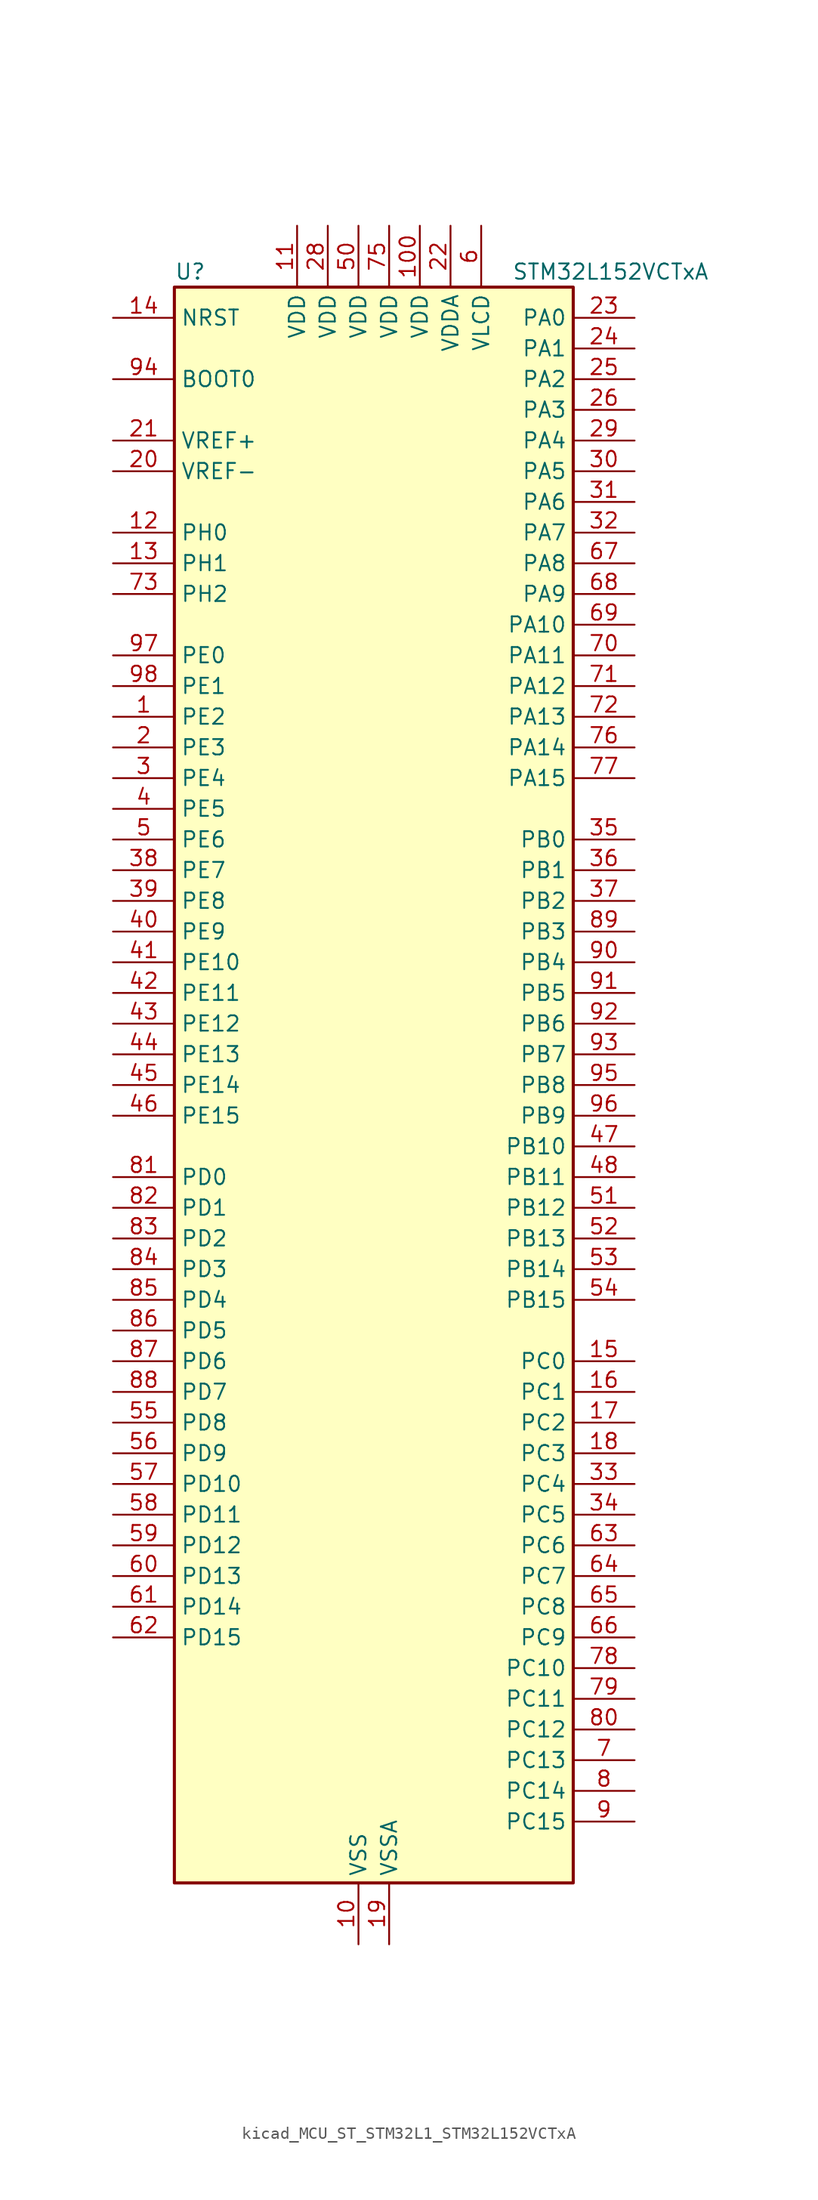
<source format=kicad_sym>
(kicad_symbol_lib
  (version 20220914)
  (generator kicad_symbol_editor)
  (symbol "kicad_MCU_ST_STM32L1_STM32L152VCTxA"
    (property "Reference" "U"
      (at -15.24 67.31 0)
      (effects (font (size 1.27 1.27)) (justify left)))
    (property "Value" "STM32L152VCTxA"
      (at 12.7 67.31 0)
      (effects (font (size 1.27 1.27)) (justify left)))
    (property "ki_locked" ""
      (at 0 0 0)
      (effects (font (size 1.27 1.27))))
    (symbol "kicad_MCU_ST_STM32L1_STM32L152VCTxA_0_1"
      (rectangle (start -15.24 -66.04) (end 17.78 66.04) (stroke (width 0.254) (type default)) (fill (type background))))
    (symbol "kicad_MCU_ST_STM32L1_STM32L152VCTxA_1_1"
      (pin bidirectional line (at -20.32 30.48 0) (length 5.08) (name "PE2" (effects (font (size 1.27 1.27)))) (number "1" (effects (font (size 1.27 1.27)))) (alternate "LCD_SEG38" bidirectional line) (alternate "SYS_TRACECK" bidirectional line) (alternate "TIM3_ETR" bidirectional line) (alternate "TIMX_IC3" bidirectional line))
      (pin power_in line (at 0 -71.12 90) (length 5.08) (name "VSS" (effects (font (size 1.27 1.27)))) (number "10" (effects (font (size 1.27 1.27)))))
      (pin power_in line (at 5.08 71.12 270) (length 5.08) (name "VDD" (effects (font (size 1.27 1.27)))) (number "100" (effects (font (size 1.27 1.27)))))
      (pin power_in line (at -5.08 71.12 270) (length 5.08) (name "VDD" (effects (font (size 1.27 1.27)))) (number "11" (effects (font (size 1.27 1.27)))))
      (pin bidirectional line (at -20.32 45.72 0) (length 5.08) (name "PH0" (effects (font (size 1.27 1.27)))) (number "12" (effects (font (size 1.27 1.27)))) (alternate "RCC_OSC_IN" bidirectional line))
      (pin bidirectional line (at -20.32 43.18 0) (length 5.08) (name "PH1" (effects (font (size 1.27 1.27)))) (number "13" (effects (font (size 1.27 1.27)))) (alternate "RCC_OSC_OUT" bidirectional line))
      (pin input line (at -20.32 63.5 0) (length 5.08) (name "NRST" (effects (font (size 1.27 1.27)))) (number "14" (effects (font (size 1.27 1.27)))))
      (pin bidirectional line (at 22.86 -22.86 180) (length 5.08) (name "PC0" (effects (font (size 1.27 1.27)))) (number "15" (effects (font (size 1.27 1.27)))) (alternate "ADC_IN10" bidirectional line) (alternate "COMP1_INP" bidirectional line) (alternate "LCD_SEG18" bidirectional line) (alternate "TIMX_IC1" bidirectional line) (alternate "TS_G8_IO1" bidirectional line))
      (pin bidirectional line (at 22.86 -25.4 180) (length 5.08) (name "PC1" (effects (font (size 1.27 1.27)))) (number "16" (effects (font (size 1.27 1.27)))) (alternate "ADC_IN11" bidirectional line) (alternate "COMP1_INP" bidirectional line) (alternate "LCD_SEG19" bidirectional line) (alternate "TIMX_IC2" bidirectional line) (alternate "TS_G8_IO2" bidirectional line))
      (pin bidirectional line (at 22.86 -27.94 180) (length 5.08) (name "PC2" (effects (font (size 1.27 1.27)))) (number "17" (effects (font (size 1.27 1.27)))) (alternate "ADC_IN12" bidirectional line) (alternate "COMP1_INP" bidirectional line) (alternate "LCD_SEG20" bidirectional line) (alternate "TIMX_IC3" bidirectional line) (alternate "TS_G8_IO3" bidirectional line))
      (pin bidirectional line (at 22.86 -30.48 180) (length 5.08) (name "PC3" (effects (font (size 1.27 1.27)))) (number "18" (effects (font (size 1.27 1.27)))) (alternate "ADC_IN13" bidirectional line) (alternate "COMP1_INP" bidirectional line) (alternate "LCD_SEG21" bidirectional line) (alternate "TIMX_IC4" bidirectional line) (alternate "TS_G8_IO4" bidirectional line))
      (pin power_in line (at 2.54 -71.12 90) (length 5.08) (name "VSSA" (effects (font (size 1.27 1.27)))) (number "19" (effects (font (size 1.27 1.27)))))
      (pin bidirectional line (at -20.32 27.94 0) (length 5.08) (name "PE3" (effects (font (size 1.27 1.27)))) (number "2" (effects (font (size 1.27 1.27)))) (alternate "LCD_SEG39" bidirectional line) (alternate "SYS_TRACED0" bidirectional line) (alternate "TIM3_CH1" bidirectional line) (alternate "TIMX_IC4" bidirectional line))
      (pin input line (at -20.32 50.8 0) (length 5.08) (name "VREF-" (effects (font (size 1.27 1.27)))) (number "20" (effects (font (size 1.27 1.27)))))
      (pin input line (at -20.32 53.34 0) (length 5.08) (name "VREF+" (effects (font (size 1.27 1.27)))) (number "21" (effects (font (size 1.27 1.27)))))
      (pin power_in line (at 7.62 71.12 270) (length 5.08) (name "VDDA" (effects (font (size 1.27 1.27)))) (number "22" (effects (font (size 1.27 1.27)))))
      (pin bidirectional line (at 22.86 63.5 180) (length 5.08) (name "PA0" (effects (font (size 1.27 1.27)))) (number "23" (effects (font (size 1.27 1.27)))) (alternate "ADC_IN0" bidirectional line) (alternate "COMP1_INP" bidirectional line) (alternate "RTC_TAMP2" bidirectional line) (alternate "SYS_WKUP1" bidirectional line) (alternate "TIM2_CH1" bidirectional line) (alternate "TIM2_ETR" bidirectional line) (alternate "TIM5_CH1" bidirectional line) (alternate "TIMX_IC1" bidirectional line) (alternate "TS_G1_IO1" bidirectional line) (alternate "USART2_CTS" bidirectional line))
      (pin bidirectional line (at 22.86 60.96 180) (length 5.08) (name "PA1" (effects (font (size 1.27 1.27)))) (number "24" (effects (font (size 1.27 1.27)))) (alternate "ADC_IN1" bidirectional line) (alternate "COMP1_INP" bidirectional line) (alternate "LCD_SEG0" bidirectional line) (alternate "OPAMP1_VINP" bidirectional line) (alternate "TIM2_CH2" bidirectional line) (alternate "TIM5_CH2" bidirectional line) (alternate "TIMX_IC2" bidirectional line) (alternate "TS_G1_IO2" bidirectional line) (alternate "USART2_RTS" bidirectional line))
      (pin bidirectional line (at 22.86 58.42 180) (length 5.08) (name "PA2" (effects (font (size 1.27 1.27)))) (number "25" (effects (font (size 1.27 1.27)))) (alternate "ADC_IN2" bidirectional line) (alternate "COMP1_INP" bidirectional line) (alternate "LCD_SEG1" bidirectional line) (alternate "OPAMP1_VINM" bidirectional line) (alternate "TIM2_CH3" bidirectional line) (alternate "TIM5_CH3" bidirectional line) (alternate "TIM9_CH1" bidirectional line) (alternate "TIMX_IC3" bidirectional line) (alternate "TS_G1_IO3" bidirectional line) (alternate "USART2_TX" bidirectional line))
      (pin bidirectional line (at 22.86 55.88 180) (length 5.08) (name "PA3" (effects (font (size 1.27 1.27)))) (number "26" (effects (font (size 1.27 1.27)))) (alternate "ADC_IN3" bidirectional line) (alternate "COMP1_INP" bidirectional line) (alternate "LCD_SEG2" bidirectional line) (alternate "OPAMP1_VOUT" bidirectional line) (alternate "TIM2_CH4" bidirectional line) (alternate "TIM5_CH4" bidirectional line) (alternate "TIM9_CH2" bidirectional line) (alternate "TIMX_IC4" bidirectional line) (alternate "TS_G1_IO4" bidirectional line) (alternate "USART2_RX" bidirectional line))
      (pin passive line (at 0 -71.12 90) (length 5.08) hide (name "VSS" (effects (font (size 1.27 1.27)))) (number "27" (effects (font (size 1.27 1.27)))))
      (pin power_in line (at -2.54 71.12 270) (length 5.08) (name "VDD" (effects (font (size 1.27 1.27)))) (number "28" (effects (font (size 1.27 1.27)))))
      (pin bidirectional line (at 22.86 53.34 180) (length 5.08) (name "PA4" (effects (font (size 1.27 1.27)))) (number "29" (effects (font (size 1.27 1.27)))) (alternate "ADC_IN4" bidirectional line) (alternate "COMP1_INP" bidirectional line) (alternate "DAC_OUT1" bidirectional line) (alternate "I2S3_WS" bidirectional line) (alternate "SPI1_NSS" bidirectional line) (alternate "SPI3_NSS" bidirectional line) (alternate "TIMX_IC1" bidirectional line) (alternate "USART2_CK" bidirectional line))
      (pin bidirectional line (at -20.32 25.4 0) (length 5.08) (name "PE4" (effects (font (size 1.27 1.27)))) (number "3" (effects (font (size 1.27 1.27)))) (alternate "SYS_TRACED1" bidirectional line) (alternate "TIM3_CH2" bidirectional line) (alternate "TIMX_IC1" bidirectional line))
      (pin bidirectional line (at 22.86 50.8 180) (length 5.08) (name "PA5" (effects (font (size 1.27 1.27)))) (number "30" (effects (font (size 1.27 1.27)))) (alternate "ADC_IN5" bidirectional line) (alternate "COMP1_INP" bidirectional line) (alternate "DAC_OUT2" bidirectional line) (alternate "SPI1_SCK" bidirectional line) (alternate "TIM2_CH1" bidirectional line) (alternate "TIM2_ETR" bidirectional line) (alternate "TIMX_IC2" bidirectional line))
      (pin bidirectional line (at 22.86 48.26 180) (length 5.08) (name "PA6" (effects (font (size 1.27 1.27)))) (number "31" (effects (font (size 1.27 1.27)))) (alternate "ADC_IN6" bidirectional line) (alternate "COMP1_INP" bidirectional line) (alternate "LCD_SEG3" bidirectional line) (alternate "OPAMP2_VINP" bidirectional line) (alternate "SPI1_MISO" bidirectional line) (alternate "TIM10_CH1" bidirectional line) (alternate "TIM3_CH1" bidirectional line) (alternate "TIMX_IC3" bidirectional line) (alternate "TS_G2_IO1" bidirectional line))
      (pin bidirectional line (at 22.86 45.72 180) (length 5.08) (name "PA7" (effects (font (size 1.27 1.27)))) (number "32" (effects (font (size 1.27 1.27)))) (alternate "ADC_IN7" bidirectional line) (alternate "COMP1_INP" bidirectional line) (alternate "LCD_SEG4" bidirectional line) (alternate "OPAMP2_VINM" bidirectional line) (alternate "SPI1_MOSI" bidirectional line) (alternate "TIM11_CH1" bidirectional line) (alternate "TIM3_CH2" bidirectional line) (alternate "TIMX_IC4" bidirectional line) (alternate "TS_G2_IO2" bidirectional line))
      (pin bidirectional line (at 22.86 -33.02 180) (length 5.08) (name "PC4" (effects (font (size 1.27 1.27)))) (number "33" (effects (font (size 1.27 1.27)))) (alternate "ADC_IN14" bidirectional line) (alternate "COMP1_INP" bidirectional line) (alternate "LCD_SEG22" bidirectional line) (alternate "TIMX_IC1" bidirectional line) (alternate "TS_G9_IO1" bidirectional line))
      (pin bidirectional line (at 22.86 -35.56 180) (length 5.08) (name "PC5" (effects (font (size 1.27 1.27)))) (number "34" (effects (font (size 1.27 1.27)))) (alternate "ADC_IN15" bidirectional line) (alternate "COMP1_INP" bidirectional line) (alternate "LCD_SEG23" bidirectional line) (alternate "TIMX_IC2" bidirectional line) (alternate "TS_G9_IO2" bidirectional line))
      (pin bidirectional line (at 22.86 20.32 180) (length 5.08) (name "PB0" (effects (font (size 1.27 1.27)))) (number "35" (effects (font (size 1.27 1.27)))) (alternate "ADC_IN8" bidirectional line) (alternate "COMP1_INP" bidirectional line) (alternate "LCD_SEG5" bidirectional line) (alternate "OPAMP2_VOUT" bidirectional line) (alternate "SYS_V_REF_OUT" bidirectional line) (alternate "TIM3_CH3" bidirectional line) (alternate "TS_G3_IO1" bidirectional line))
      (pin bidirectional line (at 22.86 17.78 180) (length 5.08) (name "PB1" (effects (font (size 1.27 1.27)))) (number "36" (effects (font (size 1.27 1.27)))) (alternate "ADC_IN9" bidirectional line) (alternate "COMP1_INP" bidirectional line) (alternate "LCD_SEG6" bidirectional line) (alternate "SYS_V_REF_OUT" bidirectional line) (alternate "TIM3_CH4" bidirectional line) (alternate "TS_G3_IO2" bidirectional line))
      (pin bidirectional line (at 22.86 15.24 180) (length 5.08) (name "PB2" (effects (font (size 1.27 1.27)))) (number "37" (effects (font (size 1.27 1.27)))) (alternate "TS_G3_IO3" bidirectional line))
      (pin bidirectional line (at -20.32 17.78 0) (length 5.08) (name "PE7" (effects (font (size 1.27 1.27)))) (number "38" (effects (font (size 1.27 1.27)))) (alternate "ADC_IN22" bidirectional line) (alternate "COMP1_INP" bidirectional line) (alternate "TIMX_IC4" bidirectional line))
      (pin bidirectional line (at -20.32 15.24 0) (length 5.08) (name "PE8" (effects (font (size 1.27 1.27)))) (number "39" (effects (font (size 1.27 1.27)))) (alternate "ADC_IN23" bidirectional line) (alternate "COMP1_INP" bidirectional line) (alternate "TIMX_IC1" bidirectional line))
      (pin bidirectional line (at -20.32 22.86 0) (length 5.08) (name "PE5" (effects (font (size 1.27 1.27)))) (number "4" (effects (font (size 1.27 1.27)))) (alternate "SYS_TRACED2" bidirectional line) (alternate "TIM9_CH1" bidirectional line) (alternate "TIMX_IC2" bidirectional line))
      (pin bidirectional line (at -20.32 12.7 0) (length 5.08) (name "PE9" (effects (font (size 1.27 1.27)))) (number "40" (effects (font (size 1.27 1.27)))) (alternate "ADC_IN24" bidirectional line) (alternate "COMP1_INP" bidirectional line) (alternate "DAC_EXTI9" bidirectional line) (alternate "TIM2_CH1" bidirectional line) (alternate "TIM2_ETR" bidirectional line) (alternate "TIMX_IC2" bidirectional line))
      (pin bidirectional line (at -20.32 10.16 0) (length 5.08) (name "PE10" (effects (font (size 1.27 1.27)))) (number "41" (effects (font (size 1.27 1.27)))) (alternate "ADC_IN25" bidirectional line) (alternate "COMP1_INP" bidirectional line) (alternate "TIM2_CH2" bidirectional line) (alternate "TIMX_IC3" bidirectional line))
      (pin bidirectional line (at -20.32 7.62 0) (length 5.08) (name "PE11" (effects (font (size 1.27 1.27)))) (number "42" (effects (font (size 1.27 1.27)))) (alternate "ADC_EXTI11" bidirectional line) (alternate "TIM2_CH3" bidirectional line) (alternate "TIMX_IC4" bidirectional line))
      (pin bidirectional line (at -20.32 5.08 0) (length 5.08) (name "PE12" (effects (font (size 1.27 1.27)))) (number "43" (effects (font (size 1.27 1.27)))) (alternate "SPI1_NSS" bidirectional line) (alternate "TIM2_CH4" bidirectional line) (alternate "TIMX_IC1" bidirectional line))
      (pin bidirectional line (at -20.32 2.54 0) (length 5.08) (name "PE13" (effects (font (size 1.27 1.27)))) (number "44" (effects (font (size 1.27 1.27)))) (alternate "SPI1_SCK" bidirectional line) (alternate "TIMX_IC2" bidirectional line))
      (pin bidirectional line (at -20.32 0 0) (length 5.08) (name "PE14" (effects (font (size 1.27 1.27)))) (number "45" (effects (font (size 1.27 1.27)))) (alternate "SPI1_MISO" bidirectional line) (alternate "TIMX_IC3" bidirectional line))
      (pin bidirectional line (at -20.32 -2.54 0) (length 5.08) (name "PE15" (effects (font (size 1.27 1.27)))) (number "46" (effects (font (size 1.27 1.27)))) (alternate "ADC_EXTI15" bidirectional line) (alternate "SPI1_MOSI" bidirectional line) (alternate "TIMX_IC4" bidirectional line))
      (pin bidirectional line (at 22.86 -5.08 180) (length 5.08) (name "PB10" (effects (font (size 1.27 1.27)))) (number "47" (effects (font (size 1.27 1.27)))) (alternate "I2C2_SCL" bidirectional line) (alternate "LCD_SEG10" bidirectional line) (alternate "TIM2_CH3" bidirectional line) (alternate "USART3_TX" bidirectional line))
      (pin bidirectional line (at 22.86 -7.62 180) (length 5.08) (name "PB11" (effects (font (size 1.27 1.27)))) (number "48" (effects (font (size 1.27 1.27)))) (alternate "ADC_EXTI11" bidirectional line) (alternate "I2C2_SDA" bidirectional line) (alternate "LCD_SEG11" bidirectional line) (alternate "TIM2_CH4" bidirectional line) (alternate "USART3_RX" bidirectional line))
      (pin passive line (at 0 -71.12 90) (length 5.08) hide (name "VSS" (effects (font (size 1.27 1.27)))) (number "49" (effects (font (size 1.27 1.27)))))
      (pin bidirectional line (at -20.32 20.32 0) (length 5.08) (name "PE6" (effects (font (size 1.27 1.27)))) (number "5" (effects (font (size 1.27 1.27)))) (alternate "RTC_TAMP3" bidirectional line) (alternate "SYS_TRACED3" bidirectional line) (alternate "SYS_WKUP3" bidirectional line) (alternate "TIM9_CH2" bidirectional line) (alternate "TIMX_IC3" bidirectional line))
      (pin power_in line (at 0 71.12 270) (length 5.08) (name "VDD" (effects (font (size 1.27 1.27)))) (number "50" (effects (font (size 1.27 1.27)))))
      (pin bidirectional line (at 22.86 -10.16 180) (length 5.08) (name "PB12" (effects (font (size 1.27 1.27)))) (number "51" (effects (font (size 1.27 1.27)))) (alternate "ADC_IN18" bidirectional line) (alternate "COMP1_INP" bidirectional line) (alternate "I2C2_SMBA" bidirectional line) (alternate "I2S2_WS" bidirectional line) (alternate "LCD_SEG12" bidirectional line) (alternate "SPI2_NSS" bidirectional line) (alternate "TIM10_CH1" bidirectional line) (alternate "TS_G7_IO1" bidirectional line) (alternate "USART3_CK" bidirectional line))
      (pin bidirectional line (at 22.86 -12.7 180) (length 5.08) (name "PB13" (effects (font (size 1.27 1.27)))) (number "52" (effects (font (size 1.27 1.27)))) (alternate "ADC_IN19" bidirectional line) (alternate "COMP1_INP" bidirectional line) (alternate "I2S2_CK" bidirectional line) (alternate "LCD_SEG13" bidirectional line) (alternate "SPI2_SCK" bidirectional line) (alternate "TIM9_CH1" bidirectional line) (alternate "TS_G7_IO2" bidirectional line) (alternate "USART3_CTS" bidirectional line))
      (pin bidirectional line (at 22.86 -15.24 180) (length 5.08) (name "PB14" (effects (font (size 1.27 1.27)))) (number "53" (effects (font (size 1.27 1.27)))) (alternate "ADC_IN20" bidirectional line) (alternate "COMP1_INP" bidirectional line) (alternate "LCD_SEG14" bidirectional line) (alternate "SPI2_MISO" bidirectional line) (alternate "TIM9_CH2" bidirectional line) (alternate "TS_G7_IO3" bidirectional line) (alternate "USART3_RTS" bidirectional line))
      (pin bidirectional line (at 22.86 -17.78 180) (length 5.08) (name "PB15" (effects (font (size 1.27 1.27)))) (number "54" (effects (font (size 1.27 1.27)))) (alternate "ADC_EXTI15" bidirectional line) (alternate "ADC_IN21" bidirectional line) (alternate "COMP1_INP" bidirectional line) (alternate "I2S2_SD" bidirectional line) (alternate "LCD_SEG15" bidirectional line) (alternate "RTC_REFIN" bidirectional line) (alternate "SPI2_MOSI" bidirectional line) (alternate "TIM11_CH1" bidirectional line) (alternate "TS_G7_IO4" bidirectional line))
      (pin bidirectional line (at -20.32 -27.94 0) (length 5.08) (name "PD8" (effects (font (size 1.27 1.27)))) (number "55" (effects (font (size 1.27 1.27)))) (alternate "LCD_SEG28" bidirectional line) (alternate "TIMX_IC1" bidirectional line) (alternate "USART3_TX" bidirectional line))
      (pin bidirectional line (at -20.32 -30.48 0) (length 5.08) (name "PD9" (effects (font (size 1.27 1.27)))) (number "56" (effects (font (size 1.27 1.27)))) (alternate "DAC_EXTI9" bidirectional line) (alternate "LCD_SEG29" bidirectional line) (alternate "TIMX_IC2" bidirectional line) (alternate "USART3_RX" bidirectional line))
      (pin bidirectional line (at -20.32 -33.02 0) (length 5.08) (name "PD10" (effects (font (size 1.27 1.27)))) (number "57" (effects (font (size 1.27 1.27)))) (alternate "LCD_SEG30" bidirectional line) (alternate "TIMX_IC3" bidirectional line) (alternate "USART3_CK" bidirectional line))
      (pin bidirectional line (at -20.32 -35.56 0) (length 5.08) (name "PD11" (effects (font (size 1.27 1.27)))) (number "58" (effects (font (size 1.27 1.27)))) (alternate "ADC_EXTI11" bidirectional line) (alternate "LCD_SEG31" bidirectional line) (alternate "TIMX_IC4" bidirectional line) (alternate "USART3_CTS" bidirectional line))
      (pin bidirectional line (at -20.32 -38.1 0) (length 5.08) (name "PD12" (effects (font (size 1.27 1.27)))) (number "59" (effects (font (size 1.27 1.27)))) (alternate "LCD_SEG32" bidirectional line) (alternate "TIM4_CH1" bidirectional line) (alternate "TIMX_IC1" bidirectional line) (alternate "USART3_RTS" bidirectional line))
      (pin power_in line (at 10.16 71.12 270) (length 5.08) (name "VLCD" (effects (font (size 1.27 1.27)))) (number "6" (effects (font (size 1.27 1.27)))))
      (pin bidirectional line (at -20.32 -40.64 0) (length 5.08) (name "PD13" (effects (font (size 1.27 1.27)))) (number "60" (effects (font (size 1.27 1.27)))) (alternate "LCD_SEG33" bidirectional line) (alternate "TIM4_CH2" bidirectional line) (alternate "TIMX_IC2" bidirectional line))
      (pin bidirectional line (at -20.32 -43.18 0) (length 5.08) (name "PD14" (effects (font (size 1.27 1.27)))) (number "61" (effects (font (size 1.27 1.27)))) (alternate "LCD_SEG34" bidirectional line) (alternate "TIM4_CH3" bidirectional line) (alternate "TIMX_IC3" bidirectional line))
      (pin bidirectional line (at -20.32 -45.72 0) (length 5.08) (name "PD15" (effects (font (size 1.27 1.27)))) (number "62" (effects (font (size 1.27 1.27)))) (alternate "ADC_EXTI15" bidirectional line) (alternate "LCD_SEG35" bidirectional line) (alternate "TIM4_CH4" bidirectional line) (alternate "TIMX_IC4" bidirectional line))
      (pin bidirectional line (at 22.86 -38.1 180) (length 5.08) (name "PC6" (effects (font (size 1.27 1.27)))) (number "63" (effects (font (size 1.27 1.27)))) (alternate "I2S2_MCK" bidirectional line) (alternate "LCD_SEG24" bidirectional line) (alternate "TIM3_CH1" bidirectional line) (alternate "TIMX_IC3" bidirectional line) (alternate "TS_G10_IO1" bidirectional line))
      (pin bidirectional line (at 22.86 -40.64 180) (length 5.08) (name "PC7" (effects (font (size 1.27 1.27)))) (number "64" (effects (font (size 1.27 1.27)))) (alternate "I2S3_MCK" bidirectional line) (alternate "LCD_SEG25" bidirectional line) (alternate "TIM3_CH2" bidirectional line) (alternate "TIMX_IC4" bidirectional line) (alternate "TS_G10_IO2" bidirectional line))
      (pin bidirectional line (at 22.86 -43.18 180) (length 5.08) (name "PC8" (effects (font (size 1.27 1.27)))) (number "65" (effects (font (size 1.27 1.27)))) (alternate "LCD_SEG26" bidirectional line) (alternate "TIM3_CH3" bidirectional line) (alternate "TIMX_IC1" bidirectional line) (alternate "TS_G10_IO3" bidirectional line))
      (pin bidirectional line (at 22.86 -45.72 180) (length 5.08) (name "PC9" (effects (font (size 1.27 1.27)))) (number "66" (effects (font (size 1.27 1.27)))) (alternate "DAC_EXTI9" bidirectional line) (alternate "LCD_SEG27" bidirectional line) (alternate "TIM3_CH4" bidirectional line) (alternate "TIMX_IC2" bidirectional line) (alternate "TS_G10_IO4" bidirectional line))
      (pin bidirectional line (at 22.86 43.18 180) (length 5.08) (name "PA8" (effects (font (size 1.27 1.27)))) (number "67" (effects (font (size 1.27 1.27)))) (alternate "LCD_COM0" bidirectional line) (alternate "RCC_MCO" bidirectional line) (alternate "TIMX_IC1" bidirectional line) (alternate "TS_G4_IO1" bidirectional line) (alternate "USART1_CK" bidirectional line))
      (pin bidirectional line (at 22.86 40.64 180) (length 5.08) (name "PA9" (effects (font (size 1.27 1.27)))) (number "68" (effects (font (size 1.27 1.27)))) (alternate "DAC_EXTI9" bidirectional line) (alternate "LCD_COM1" bidirectional line) (alternate "TIMX_IC2" bidirectional line) (alternate "TS_G4_IO2" bidirectional line) (alternate "USART1_TX" bidirectional line))
      (pin bidirectional line (at 22.86 38.1 180) (length 5.08) (name "PA10" (effects (font (size 1.27 1.27)))) (number "69" (effects (font (size 1.27 1.27)))) (alternate "LCD_COM2" bidirectional line) (alternate "TIMX_IC3" bidirectional line) (alternate "TS_G4_IO3" bidirectional line) (alternate "USART1_RX" bidirectional line))
      (pin bidirectional line (at 22.86 -55.88 180) (length 5.08) (name "PC13" (effects (font (size 1.27 1.27)))) (number "7" (effects (font (size 1.27 1.27)))) (alternate "RTC_OUT_ALARM" bidirectional line) (alternate "RTC_OUT_CALIB" bidirectional line) (alternate "RTC_TAMP1" bidirectional line) (alternate "RTC_TS" bidirectional line) (alternate "SYS_WKUP2" bidirectional line) (alternate "TIMX_IC2" bidirectional line))
      (pin bidirectional line (at 22.86 35.56 180) (length 5.08) (name "PA11" (effects (font (size 1.27 1.27)))) (number "70" (effects (font (size 1.27 1.27)))) (alternate "ADC_EXTI11" bidirectional line) (alternate "SPI1_MISO" bidirectional line) (alternate "TIMX_IC4" bidirectional line) (alternate "USART1_CTS" bidirectional line) (alternate "USB_DM" bidirectional line))
      (pin bidirectional line (at 22.86 33.02 180) (length 5.08) (name "PA12" (effects (font (size 1.27 1.27)))) (number "71" (effects (font (size 1.27 1.27)))) (alternate "SPI1_MOSI" bidirectional line) (alternate "TIMX_IC1" bidirectional line) (alternate "USART1_RTS" bidirectional line) (alternate "USB_DP" bidirectional line))
      (pin bidirectional line (at 22.86 30.48 180) (length 5.08) (name "PA13" (effects (font (size 1.27 1.27)))) (number "72" (effects (font (size 1.27 1.27)))) (alternate "SYS_JTMS-SWDIO" bidirectional line) (alternate "TIMX_IC2" bidirectional line) (alternate "TS_G5_IO1" bidirectional line))
      (pin bidirectional line (at -20.32 40.64 0) (length 5.08) (name "PH2" (effects (font (size 1.27 1.27)))) (number "73" (effects (font (size 1.27 1.27)))))
      (pin passive line (at 0 -71.12 90) (length 5.08) hide (name "VSS" (effects (font (size 1.27 1.27)))) (number "74" (effects (font (size 1.27 1.27)))))
      (pin power_in line (at 2.54 71.12 270) (length 5.08) (name "VDD" (effects (font (size 1.27 1.27)))) (number "75" (effects (font (size 1.27 1.27)))))
      (pin bidirectional line (at 22.86 27.94 180) (length 5.08) (name "PA14" (effects (font (size 1.27 1.27)))) (number "76" (effects (font (size 1.27 1.27)))) (alternate "SYS_JTCK-SWCLK" bidirectional line) (alternate "TIMX_IC3" bidirectional line) (alternate "TS_G5_IO2" bidirectional line))
      (pin bidirectional line (at 22.86 25.4 180) (length 5.08) (name "PA15" (effects (font (size 1.27 1.27)))) (number "77" (effects (font (size 1.27 1.27)))) (alternate "ADC_EXTI15" bidirectional line) (alternate "I2S3_WS" bidirectional line) (alternate "LCD_SEG17" bidirectional line) (alternate "SPI1_NSS" bidirectional line) (alternate "SPI3_NSS" bidirectional line) (alternate "SYS_JTDI" bidirectional line) (alternate "TIM2_CH1" bidirectional line) (alternate "TIM2_ETR" bidirectional line) (alternate "TIMX_IC4" bidirectional line) (alternate "TS_G5_IO3" bidirectional line))
      (pin bidirectional line (at 22.86 -48.26 180) (length 5.08) (name "PC10" (effects (font (size 1.27 1.27)))) (number "78" (effects (font (size 1.27 1.27)))) (alternate "I2S3_CK" bidirectional line) (alternate "LCD_COM4" bidirectional line) (alternate "LCD_SEG28" bidirectional line) (alternate "LCD_SEG40" bidirectional line) (alternate "SPI3_SCK" bidirectional line) (alternate "TIMX_IC3" bidirectional line) (alternate "USART3_TX" bidirectional line))
      (pin bidirectional line (at 22.86 -50.8 180) (length 5.08) (name "PC11" (effects (font (size 1.27 1.27)))) (number "79" (effects (font (size 1.27 1.27)))) (alternate "ADC_EXTI11" bidirectional line) (alternate "LCD_COM5" bidirectional line) (alternate "LCD_SEG29" bidirectional line) (alternate "LCD_SEG41" bidirectional line) (alternate "SPI3_MISO" bidirectional line) (alternate "TIMX_IC4" bidirectional line) (alternate "USART3_RX" bidirectional line))
      (pin bidirectional line (at 22.86 -58.42 180) (length 5.08) (name "PC14" (effects (font (size 1.27 1.27)))) (number "8" (effects (font (size 1.27 1.27)))) (alternate "RCC_OSC32_IN" bidirectional line) (alternate "TIMX_IC3" bidirectional line))
      (pin bidirectional line (at 22.86 -53.34 180) (length 5.08) (name "PC12" (effects (font (size 1.27 1.27)))) (number "80" (effects (font (size 1.27 1.27)))) (alternate "I2S3_SD" bidirectional line) (alternate "LCD_COM6" bidirectional line) (alternate "LCD_SEG30" bidirectional line) (alternate "LCD_SEG42" bidirectional line) (alternate "SPI3_MOSI" bidirectional line) (alternate "TIMX_IC1" bidirectional line) (alternate "USART3_CK" bidirectional line))
      (pin bidirectional line (at -20.32 -7.62 0) (length 5.08) (name "PD0" (effects (font (size 1.27 1.27)))) (number "81" (effects (font (size 1.27 1.27)))) (alternate "I2S2_WS" bidirectional line) (alternate "SPI2_NSS" bidirectional line) (alternate "TIM9_CH1" bidirectional line) (alternate "TIMX_IC1" bidirectional line))
      (pin bidirectional line (at -20.32 -10.16 0) (length 5.08) (name "PD1" (effects (font (size 1.27 1.27)))) (number "82" (effects (font (size 1.27 1.27)))) (alternate "I2S2_CK" bidirectional line) (alternate "SPI2_SCK" bidirectional line) (alternate "TIMX_IC2" bidirectional line))
      (pin bidirectional line (at -20.32 -12.7 0) (length 5.08) (name "PD2" (effects (font (size 1.27 1.27)))) (number "83" (effects (font (size 1.27 1.27)))) (alternate "LCD_COM7" bidirectional line) (alternate "LCD_SEG31" bidirectional line) (alternate "LCD_SEG43" bidirectional line) (alternate "TIM3_ETR" bidirectional line) (alternate "TIMX_IC3" bidirectional line))
      (pin bidirectional line (at -20.32 -15.24 0) (length 5.08) (name "PD3" (effects (font (size 1.27 1.27)))) (number "84" (effects (font (size 1.27 1.27)))) (alternate "SPI2_MISO" bidirectional line) (alternate "TIMX_IC4" bidirectional line) (alternate "USART2_CTS" bidirectional line))
      (pin bidirectional line (at -20.32 -17.78 0) (length 5.08) (name "PD4" (effects (font (size 1.27 1.27)))) (number "85" (effects (font (size 1.27 1.27)))) (alternate "I2S2_SD" bidirectional line) (alternate "SPI2_MOSI" bidirectional line) (alternate "TIMX_IC1" bidirectional line) (alternate "USART2_RTS" bidirectional line))
      (pin bidirectional line (at -20.32 -20.32 0) (length 5.08) (name "PD5" (effects (font (size 1.27 1.27)))) (number "86" (effects (font (size 1.27 1.27)))) (alternate "TIMX_IC2" bidirectional line) (alternate "USART2_TX" bidirectional line))
      (pin bidirectional line (at -20.32 -22.86 0) (length 5.08) (name "PD6" (effects (font (size 1.27 1.27)))) (number "87" (effects (font (size 1.27 1.27)))) (alternate "TIMX_IC3" bidirectional line) (alternate "USART2_RX" bidirectional line))
      (pin bidirectional line (at -20.32 -25.4 0) (length 5.08) (name "PD7" (effects (font (size 1.27 1.27)))) (number "88" (effects (font (size 1.27 1.27)))) (alternate "TIM9_CH2" bidirectional line) (alternate "TIMX_IC4" bidirectional line) (alternate "USART2_CK" bidirectional line))
      (pin bidirectional line (at 22.86 12.7 180) (length 5.08) (name "PB3" (effects (font (size 1.27 1.27)))) (number "89" (effects (font (size 1.27 1.27)))) (alternate "COMP2_INM" bidirectional line) (alternate "I2S3_CK" bidirectional line) (alternate "LCD_SEG7" bidirectional line) (alternate "SPI1_SCK" bidirectional line) (alternate "SPI3_SCK" bidirectional line) (alternate "SYS_JTDO-TRACESWO" bidirectional line) (alternate "TIM2_CH2" bidirectional line))
      (pin bidirectional line (at 22.86 -60.96 180) (length 5.08) (name "PC15" (effects (font (size 1.27 1.27)))) (number "9" (effects (font (size 1.27 1.27)))) (alternate "ADC_EXTI15" bidirectional line) (alternate "RCC_OSC32_OUT" bidirectional line) (alternate "TIMX_IC4" bidirectional line))
      (pin bidirectional line (at 22.86 10.16 180) (length 5.08) (name "PB4" (effects (font (size 1.27 1.27)))) (number "90" (effects (font (size 1.27 1.27)))) (alternate "COMP2_INP" bidirectional line) (alternate "LCD_SEG8" bidirectional line) (alternate "SPI1_MISO" bidirectional line) (alternate "SPI3_MISO" bidirectional line) (alternate "SYS_JTRST" bidirectional line) (alternate "TIM3_CH1" bidirectional line) (alternate "TS_G6_IO1" bidirectional line))
      (pin bidirectional line (at 22.86 7.62 180) (length 5.08) (name "PB5" (effects (font (size 1.27 1.27)))) (number "91" (effects (font (size 1.27 1.27)))) (alternate "COMP2_INP" bidirectional line) (alternate "I2C1_SMBA" bidirectional line) (alternate "I2S3_SD" bidirectional line) (alternate "LCD_SEG9" bidirectional line) (alternate "SPI1_MOSI" bidirectional line) (alternate "SPI3_MOSI" bidirectional line) (alternate "TIM3_CH2" bidirectional line) (alternate "TS_G6_IO2" bidirectional line))
      (pin bidirectional line (at 22.86 5.08 180) (length 5.08) (name "PB6" (effects (font (size 1.27 1.27)))) (number "92" (effects (font (size 1.27 1.27)))) (alternate "COMP2_INP" bidirectional line) (alternate "I2C1_SCL" bidirectional line) (alternate "TIM4_CH1" bidirectional line) (alternate "TS_G6_IO3" bidirectional line) (alternate "USART1_TX" bidirectional line))
      (pin bidirectional line (at 22.86 2.54 180) (length 5.08) (name "PB7" (effects (font (size 1.27 1.27)))) (number "93" (effects (font (size 1.27 1.27)))) (alternate "COMP2_INP" bidirectional line) (alternate "I2C1_SDA" bidirectional line) (alternate "SYS_PVD_IN" bidirectional line) (alternate "TIM4_CH2" bidirectional line) (alternate "TS_G6_IO4" bidirectional line) (alternate "USART1_RX" bidirectional line))
      (pin input line (at -20.32 58.42 0) (length 5.08) (name "BOOT0" (effects (font (size 1.27 1.27)))) (number "94" (effects (font (size 1.27 1.27)))))
      (pin bidirectional line (at 22.86 0 180) (length 5.08) (name "PB8" (effects (font (size 1.27 1.27)))) (number "95" (effects (font (size 1.27 1.27)))) (alternate "I2C1_SCL" bidirectional line) (alternate "LCD_SEG16" bidirectional line) (alternate "TIM10_CH1" bidirectional line) (alternate "TIM4_CH3" bidirectional line))
      (pin bidirectional line (at 22.86 -2.54 180) (length 5.08) (name "PB9" (effects (font (size 1.27 1.27)))) (number "96" (effects (font (size 1.27 1.27)))) (alternate "DAC_EXTI9" bidirectional line) (alternate "I2C1_SDA" bidirectional line) (alternate "LCD_COM3" bidirectional line) (alternate "TIM11_CH1" bidirectional line) (alternate "TIM4_CH4" bidirectional line))
      (pin bidirectional line (at -20.32 35.56 0) (length 5.08) (name "PE0" (effects (font (size 1.27 1.27)))) (number "97" (effects (font (size 1.27 1.27)))) (alternate "LCD_SEG36" bidirectional line) (alternate "TIM10_CH1" bidirectional line) (alternate "TIM4_ETR" bidirectional line) (alternate "TIMX_IC1" bidirectional line))
      (pin bidirectional line (at -20.32 33.02 0) (length 5.08) (name "PE1" (effects (font (size 1.27 1.27)))) (number "98" (effects (font (size 1.27 1.27)))) (alternate "LCD_SEG37" bidirectional line) (alternate "TIM11_CH1" bidirectional line) (alternate "TIMX_IC2" bidirectional line))
      (pin passive line (at 0 -71.12 90) (length 5.08) hide (name "VSS" (effects (font (size 1.27 1.27)))) (number "99" (effects (font (size 1.27 1.27))))))))
</source>
